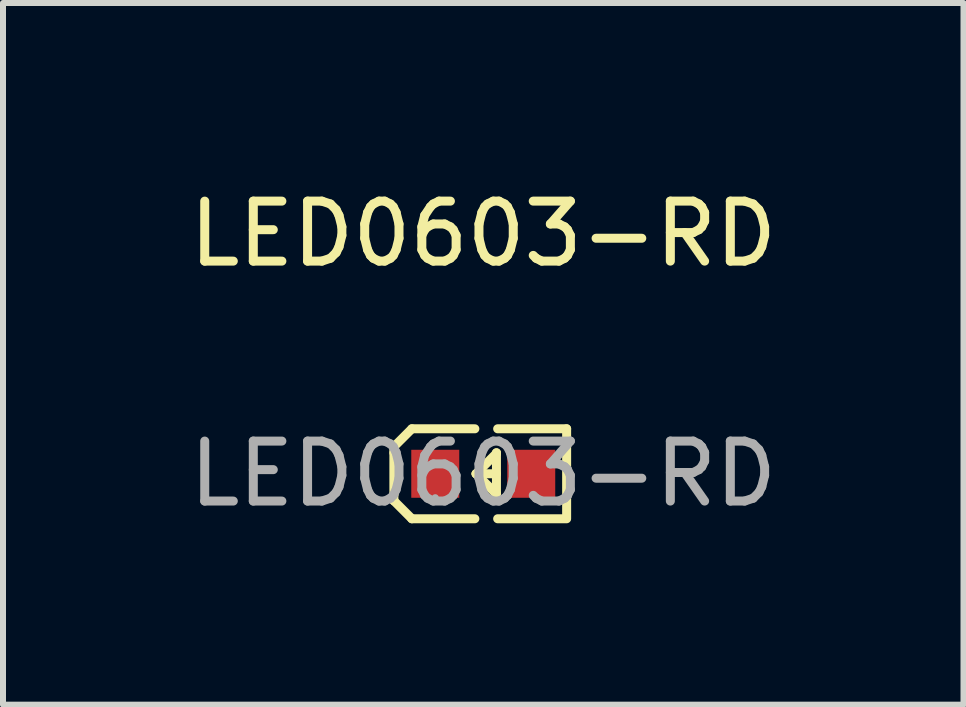
<source format=kicad_pcb>
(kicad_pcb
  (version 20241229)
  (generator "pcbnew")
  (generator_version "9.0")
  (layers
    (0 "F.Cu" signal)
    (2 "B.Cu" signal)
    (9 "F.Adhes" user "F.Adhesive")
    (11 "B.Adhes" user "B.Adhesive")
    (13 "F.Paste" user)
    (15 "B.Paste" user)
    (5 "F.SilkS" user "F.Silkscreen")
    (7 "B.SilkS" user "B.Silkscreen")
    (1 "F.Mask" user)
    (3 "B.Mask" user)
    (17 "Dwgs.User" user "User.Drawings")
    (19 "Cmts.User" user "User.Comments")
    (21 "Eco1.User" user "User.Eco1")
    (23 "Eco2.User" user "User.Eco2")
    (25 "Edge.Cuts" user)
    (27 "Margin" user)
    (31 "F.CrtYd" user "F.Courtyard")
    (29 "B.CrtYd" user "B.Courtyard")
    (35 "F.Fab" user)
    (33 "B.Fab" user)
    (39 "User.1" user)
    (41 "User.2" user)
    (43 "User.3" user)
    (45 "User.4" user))
  (footprint "LED0603-RD"
    (layer "F.Cu")
    (at 5.006 4.848)
    (property "Reference" "LED0603-RD" (at 0 -4 0) (layer "F.SilkS") (effects (font (size 1 1) (thickness 0.15))))
    (attr smd)
    (fp_line (start -1.49 -0.45) (end -1.19 -0.75) (stroke (width 0.15) (type solid)) (layer "F.SilkS"))
    (fp_line (start -1.49 -0.35) (end -1.49 -0.45) (stroke (width 0.15) (type solid)) (layer "F.SilkS"))
    (fp_line (start -1.49 -0.35) (end -1.49 0.35) (stroke (width 0.15) (type solid)) (layer "F.SilkS"))
    (fp_line (start -1.49 0.35) (end -1.49 0.45) (stroke (width 0.15) (type solid)) (layer "F.SilkS"))
    (fp_line (start -1.49 0.45) (end -1.19 0.75) (stroke (width 0.15) (type solid)) (layer "F.SilkS"))
    (fp_line (start -0.14 -0.75) (end -1.19 -0.75) (stroke (width 0.15) (type solid)) (layer "F.SilkS"))
    (fp_line (start -0.14 0.75) (end -1.19 0.75) (stroke (width 0.15) (type solid)) (layer "F.SilkS"))
    (fp_line (start 0.21 0.33) (end -0.12 0) (stroke (width 0.15) (type solid)) (layer "F.SilkS"))
    (fp_line (start 0.22 -0.35) (end 0.22 -0.34) (stroke (width 0.15) (type solid)) (layer "F.SilkS"))
    (fp_line (start 0.22 -0.35) (end 0.22 0.33) (stroke (width 0.15) (type solid)) (layer "F.SilkS"))
    (fp_line (start 0.22 -0.34) (end -0.12 0) (stroke (width 0.15) (type solid)) (layer "F.SilkS"))
    (fp_line (start 0.22 0) (end -0.12 0) (stroke (width 0.15) (type solid)) (layer "F.SilkS"))
    (fp_line (start 0.22 0.33) (end 0.21 0.33) (stroke (width 0.15) (type solid)) (layer "F.SilkS"))
    (fp_line (start 0.24 -0.75) (end 1.39 -0.75) (stroke (width 0.15) (type solid)) (layer "F.SilkS"))
    (fp_line (start 0.24 0.75) (end 1.39 0.75) (stroke (width 0.15) (type solid)) (layer "F.SilkS"))
    (fp_line (start 1.39 -0.75) (end 1.39 0.73) (stroke (width 0.15) (type solid)) (layer "F.SilkS"))
    (fp_circle (center -0.8 0.4) (end -0.77 0.4) (stroke (width 0.06) (type solid)) (fill no) (layer "F.Fab"))
    (fp_text user "${REFERENCE}" (at 0 0 0) (layer "F.Fab") (effects (font (size 1 1) (thickness 0.15))))
    (pad "1" smd rect (at -0.8 0 90) (size 0.8 0.8) (layers "F.Cu" "F.Mask" "F.Paste"))
    (pad "2" smd rect (at 0.8 0 90) (size 0.8 0.8) (layers "F.Cu" "F.Mask" "F.Paste")))
  (gr_rect
    (start -3 -3)
    (end 13.012 8.697)
    (stroke (width 0.1) (type default))
    (fill no)
    (layer "Edge.Cuts")))
</source>
